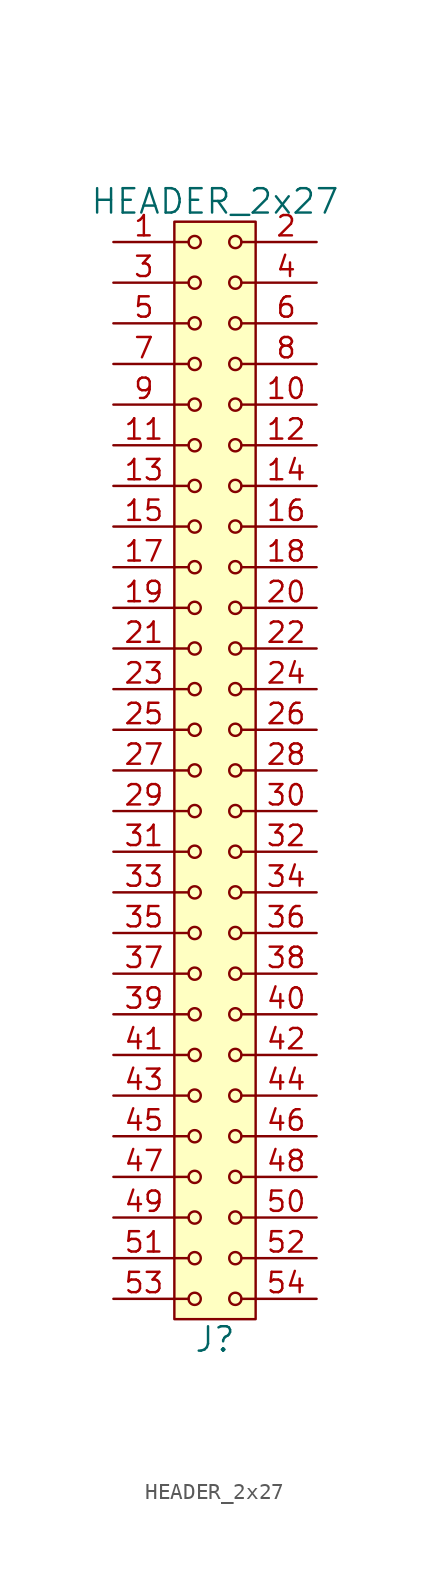
<source format=kicad_sym>
(kicad_symbol_lib
  (version 20211014)
  (generator kicad_symbol_editor)
  (symbol "HEADER_2x27"
    (pin_names
      (offset 1.016))
    (property "Reference" "J"
      (at 0 -35.56 0)
      (effects (font (size 1.524 1.524))))
    (property "Value" "HEADER_2x27"
      (at 0 35.56 0)
      (effects (font (size 1.524 1.524))))
    (property "Footprint" ""
      (at 0 33.02 0)
      (effects (font (size 1.524 1.524))))
    (property "Datasheet" ""
      (at 0 33.02 0)
      (effects (font (size 1.524 1.524))))
    (symbol "HEADER_2x27_0_1"
      (rectangle (start -2.54 34.29) (end 2.54 -34.29) (stroke (width 0) (type default) (color 0 0 0 0)) (fill (type background)))
      (circle (center -1.27 -33.02) (radius 0.381) (stroke (width 0) (type default) (color 0 0 0 0)) (fill (type none)))
      (circle (center -1.27 -30.48) (radius 0.381) (stroke (width 0) (type default) (color 0 0 0 0)) (fill (type none)))
      (circle (center -1.27 -27.94) (radius 0.381) (stroke (width 0) (type default) (color 0 0 0 0)) (fill (type none)))
      (circle (center -1.27 -25.4) (radius 0.381) (stroke (width 0) (type default) (color 0 0 0 0)) (fill (type none)))
      (circle (center -1.27 -22.86) (radius 0.381) (stroke (width 0) (type default) (color 0 0 0 0)) (fill (type none)))
      (circle (center -1.27 -20.32) (radius 0.381) (stroke (width 0) (type default) (color 0 0 0 0)) (fill (type none)))
      (circle (center -1.27 -17.78) (radius 0.381) (stroke (width 0) (type default) (color 0 0 0 0)) (fill (type none)))
      (circle (center -1.27 -15.24) (radius 0.381) (stroke (width 0) (type default) (color 0 0 0 0)) (fill (type none)))
      (circle (center -1.27 -12.7) (radius 0.381) (stroke (width 0) (type default) (color 0 0 0 0)) (fill (type none)))
      (circle (center -1.27 -10.16) (radius 0.381) (stroke (width 0) (type default) (color 0 0 0 0)) (fill (type none)))
      (circle (center -1.27 -7.62) (radius 0.381) (stroke (width 0) (type default) (color 0 0 0 0)) (fill (type none)))
      (circle (center -1.27 -5.08) (radius 0.381) (stroke (width 0) (type default) (color 0 0 0 0)) (fill (type none)))
      (circle (center -1.27 -2.54) (radius 0.381) (stroke (width 0) (type default) (color 0 0 0 0)) (fill (type none)))
      (circle (center -1.27 0) (radius 0.381) (stroke (width 0) (type default) (color 0 0 0 0)) (fill (type none)))
      (circle (center -1.27 2.54) (radius 0.381) (stroke (width 0) (type default) (color 0 0 0 0)) (fill (type none)))
      (circle (center -1.27 5.08) (radius 0.381) (stroke (width 0) (type default) (color 0 0 0 0)) (fill (type none)))
      (circle (center -1.27 7.62) (radius 0.381) (stroke (width 0) (type default) (color 0 0 0 0)) (fill (type none)))
      (circle (center -1.27 10.16) (radius 0.381) (stroke (width 0) (type default) (color 0 0 0 0)) (fill (type none)))
      (circle (center -1.27 12.7) (radius 0.381) (stroke (width 0) (type default) (color 0 0 0 0)) (fill (type none)))
      (circle (center -1.27 15.24) (radius 0.381) (stroke (width 0) (type default) (color 0 0 0 0)) (fill (type none)))
      (circle (center -1.27 17.78) (radius 0.381) (stroke (width 0) (type default) (color 0 0 0 0)) (fill (type none)))
      (circle (center -1.27 20.32) (radius 0.381) (stroke (width 0) (type default) (color 0 0 0 0)) (fill (type none)))
      (circle (center -1.27 22.86) (radius 0.381) (stroke (width 0) (type default) (color 0 0 0 0)) (fill (type none)))
      (circle (center -1.27 25.4) (radius 0.381) (stroke (width 0) (type default) (color 0 0 0 0)) (fill (type none)))
      (circle (center -1.27 27.94) (radius 0.381) (stroke (width 0) (type default) (color 0 0 0 0)) (fill (type none)))
      (circle (center -1.27 30.48) (radius 0.381) (stroke (width 0) (type default) (color 0 0 0 0)) (fill (type none)))
      (circle (center -1.27 33.02) (radius 0.381) (stroke (width 0) (type default) (color 0 0 0 0)) (fill (type none)))
      (polyline (pts (xy -1.651 -33.02) (xy -2.54 -33.02)) (stroke (width 0) (type default) (color 0 0 0 0)) (fill (type none)))
      (polyline (pts (xy -1.651 -30.48) (xy -2.54 -30.48)) (stroke (width 0) (type default) (color 0 0 0 0)) (fill (type none)))
      (polyline (pts (xy -1.651 -27.94) (xy -2.54 -27.94)) (stroke (width 0) (type default) (color 0 0 0 0)) (fill (type none)))
      (polyline (pts (xy -1.651 -25.4) (xy -2.54 -25.4)) (stroke (width 0) (type default) (color 0 0 0 0)) (fill (type none)))
      (polyline (pts (xy -1.651 -22.86) (xy -2.54 -22.86)) (stroke (width 0) (type default) (color 0 0 0 0)) (fill (type none)))
      (polyline (pts (xy -1.651 -20.32) (xy -2.54 -20.32)) (stroke (width 0) (type default) (color 0 0 0 0)) (fill (type none)))
      (polyline (pts (xy -1.651 -17.78) (xy -2.54 -17.78)) (stroke (width 0) (type default) (color 0 0 0 0)) (fill (type none)))
      (polyline (pts (xy -1.651 -15.24) (xy -2.54 -15.24)) (stroke (width 0) (type default) (color 0 0 0 0)) (fill (type none)))
      (polyline (pts (xy -1.651 -12.7) (xy -2.54 -12.7)) (stroke (width 0) (type default) (color 0 0 0 0)) (fill (type none)))
      (polyline (pts (xy -1.651 -10.16) (xy -2.54 -10.16)) (stroke (width 0) (type default) (color 0 0 0 0)) (fill (type none)))
      (polyline (pts (xy -1.651 -7.62) (xy -2.54 -7.62)) (stroke (width 0) (type default) (color 0 0 0 0)) (fill (type none)))
      (polyline (pts (xy -1.651 -5.08) (xy -2.54 -5.08)) (stroke (width 0) (type default) (color 0 0 0 0)) (fill (type none)))
      (polyline (pts (xy -1.651 -2.54) (xy -2.54 -2.54)) (stroke (width 0) (type default) (color 0 0 0 0)) (fill (type none)))
      (polyline (pts (xy -1.651 0) (xy -2.54 0)) (stroke (width 0) (type default) (color 0 0 0 0)) (fill (type none)))
      (polyline (pts (xy -1.651 2.54) (xy -2.54 2.54)) (stroke (width 0) (type default) (color 0 0 0 0)) (fill (type none)))
      (polyline (pts (xy -1.651 5.08) (xy -2.54 5.08)) (stroke (width 0) (type default) (color 0 0 0 0)) (fill (type none)))
      (polyline (pts (xy -1.651 7.62) (xy -2.54 7.62)) (stroke (width 0) (type default) (color 0 0 0 0)) (fill (type none)))
      (polyline (pts (xy -1.651 10.16) (xy -2.54 10.16)) (stroke (width 0) (type default) (color 0 0 0 0)) (fill (type none)))
      (polyline (pts (xy -1.651 12.7) (xy -2.54 12.7)) (stroke (width 0) (type default) (color 0 0 0 0)) (fill (type none)))
      (polyline (pts (xy -1.651 15.24) (xy -2.54 15.24)) (stroke (width 0) (type default) (color 0 0 0 0)) (fill (type none)))
      (polyline (pts (xy -1.651 17.78) (xy -2.54 17.78)) (stroke (width 0) (type default) (color 0 0 0 0)) (fill (type none)))
      (polyline (pts (xy -1.651 20.32) (xy -2.54 20.32)) (stroke (width 0) (type default) (color 0 0 0 0)) (fill (type none)))
      (polyline (pts (xy -1.651 22.86) (xy -2.54 22.86)) (stroke (width 0) (type default) (color 0 0 0 0)) (fill (type none)))
      (polyline (pts (xy -1.651 25.4) (xy -2.54 25.4)) (stroke (width 0) (type default) (color 0 0 0 0)) (fill (type none)))
      (polyline (pts (xy -1.651 27.94) (xy -2.54 27.94)) (stroke (width 0) (type default) (color 0 0 0 0)) (fill (type none)))
      (polyline (pts (xy -1.651 30.48) (xy -2.54 30.48)) (stroke (width 0) (type default) (color 0 0 0 0)) (fill (type none)))
      (polyline (pts (xy -1.651 33.02) (xy -2.54 33.02)) (stroke (width 0) (type default) (color 0 0 0 0)) (fill (type none)))
      (polyline (pts (xy 1.651 -33.02) (xy 2.54 -33.02)) (stroke (width 0) (type default) (color 0 0 0 0)) (fill (type none)))
      (polyline (pts (xy 1.651 -30.48) (xy 2.54 -30.48)) (stroke (width 0) (type default) (color 0 0 0 0)) (fill (type none)))
      (polyline (pts (xy 1.651 -27.94) (xy 2.54 -27.94)) (stroke (width 0) (type default) (color 0 0 0 0)) (fill (type none)))
      (polyline (pts (xy 1.651 -25.4) (xy 2.54 -25.4)) (stroke (width 0) (type default) (color 0 0 0 0)) (fill (type none)))
      (polyline (pts (xy 1.651 -22.86) (xy 2.54 -22.86)) (stroke (width 0) (type default) (color 0 0 0 0)) (fill (type none)))
      (polyline (pts (xy 1.651 -20.32) (xy 2.54 -20.32)) (stroke (width 0) (type default) (color 0 0 0 0)) (fill (type none)))
      (polyline (pts (xy 1.651 -17.78) (xy 2.54 -17.78)) (stroke (width 0) (type default) (color 0 0 0 0)) (fill (type none)))
      (polyline (pts (xy 1.651 -15.24) (xy 2.54 -15.24)) (stroke (width 0) (type default) (color 0 0 0 0)) (fill (type none)))
      (polyline (pts (xy 1.651 -12.7) (xy 2.54 -12.7)) (stroke (width 0) (type default) (color 0 0 0 0)) (fill (type none)))
      (polyline (pts (xy 1.651 -10.16) (xy 2.54 -10.16)) (stroke (width 0) (type default) (color 0 0 0 0)) (fill (type none)))
      (polyline (pts (xy 1.651 -7.62) (xy 2.54 -7.62)) (stroke (width 0) (type default) (color 0 0 0 0)) (fill (type none)))
      (polyline (pts (xy 1.651 -5.08) (xy 2.54 -5.08)) (stroke (width 0) (type default) (color 0 0 0 0)) (fill (type none)))
      (polyline (pts (xy 1.651 -2.54) (xy 2.54 -2.54)) (stroke (width 0) (type default) (color 0 0 0 0)) (fill (type none)))
      (polyline (pts (xy 1.651 0) (xy 2.54 0)) (stroke (width 0) (type default) (color 0 0 0 0)) (fill (type none)))
      (polyline (pts (xy 1.651 2.54) (xy 2.54 2.54)) (stroke (width 0) (type default) (color 0 0 0 0)) (fill (type none)))
      (polyline (pts (xy 1.651 5.08) (xy 2.54 5.08)) (stroke (width 0) (type default) (color 0 0 0 0)) (fill (type none)))
      (polyline (pts (xy 1.651 7.62) (xy 2.54 7.62)) (stroke (width 0) (type default) (color 0 0 0 0)) (fill (type none)))
      (polyline (pts (xy 1.651 10.16) (xy 2.54 10.16)) (stroke (width 0) (type default) (color 0 0 0 0)) (fill (type none)))
      (polyline (pts (xy 1.651 12.7) (xy 2.54 12.7)) (stroke (width 0) (type default) (color 0 0 0 0)) (fill (type none)))
      (polyline (pts (xy 1.651 15.24) (xy 2.54 15.24)) (stroke (width 0) (type default) (color 0 0 0 0)) (fill (type none)))
      (polyline (pts (xy 1.651 17.78) (xy 2.54 17.78)) (stroke (width 0) (type default) (color 0 0 0 0)) (fill (type none)))
      (polyline (pts (xy 1.651 20.32) (xy 2.54 20.32)) (stroke (width 0) (type default) (color 0 0 0 0)) (fill (type none)))
      (polyline (pts (xy 1.651 22.86) (xy 2.54 22.86)) (stroke (width 0) (type default) (color 0 0 0 0)) (fill (type none)))
      (polyline (pts (xy 1.651 25.4) (xy 2.54 25.4)) (stroke (width 0) (type default) (color 0 0 0 0)) (fill (type none)))
      (polyline (pts (xy 1.651 27.94) (xy 2.54 27.94)) (stroke (width 0) (type default) (color 0 0 0 0)) (fill (type none)))
      (polyline (pts (xy 1.651 30.48) (xy 2.54 30.48)) (stroke (width 0) (type default) (color 0 0 0 0)) (fill (type none)))
      (polyline (pts (xy 1.651 33.02) (xy 2.54 33.02)) (stroke (width 0) (type default) (color 0 0 0 0)) (fill (type none)))
      (circle (center 1.27 -33.02) (radius 0.381) (stroke (width 0) (type default) (color 0 0 0 0)) (fill (type none)))
      (circle (center 1.27 -30.48) (radius 0.381) (stroke (width 0) (type default) (color 0 0 0 0)) (fill (type none)))
      (circle (center 1.27 -27.94) (radius 0.381) (stroke (width 0) (type default) (color 0 0 0 0)) (fill (type none)))
      (circle (center 1.27 -25.4) (radius 0.381) (stroke (width 0) (type default) (color 0 0 0 0)) (fill (type none)))
      (circle (center 1.27 -22.86) (radius 0.381) (stroke (width 0) (type default) (color 0 0 0 0)) (fill (type none)))
      (circle (center 1.27 -20.32) (radius 0.381) (stroke (width 0) (type default) (color 0 0 0 0)) (fill (type none)))
      (circle (center 1.27 -17.78) (radius 0.381) (stroke (width 0) (type default) (color 0 0 0 0)) (fill (type none)))
      (circle (center 1.27 -15.24) (radius 0.381) (stroke (width 0) (type default) (color 0 0 0 0)) (fill (type none)))
      (circle (center 1.27 -12.7) (radius 0.381) (stroke (width 0) (type default) (color 0 0 0 0)) (fill (type none)))
      (circle (center 1.27 -10.16) (radius 0.381) (stroke (width 0) (type default) (color 0 0 0 0)) (fill (type none)))
      (circle (center 1.27 -7.62) (radius 0.381) (stroke (width 0) (type default) (color 0 0 0 0)) (fill (type none)))
      (circle (center 1.27 -5.08) (radius 0.381) (stroke (width 0) (type default) (color 0 0 0 0)) (fill (type none)))
      (circle (center 1.27 -2.54) (radius 0.381) (stroke (width 0) (type default) (color 0 0 0 0)) (fill (type none)))
      (circle (center 1.27 0) (radius 0.381) (stroke (width 0) (type default) (color 0 0 0 0)) (fill (type none)))
      (circle (center 1.27 2.54) (radius 0.381) (stroke (width 0) (type default) (color 0 0 0 0)) (fill (type none)))
      (circle (center 1.27 5.08) (radius 0.381) (stroke (width 0) (type default) (color 0 0 0 0)) (fill (type none)))
      (circle (center 1.27 7.62) (radius 0.381) (stroke (width 0) (type default) (color 0 0 0 0)) (fill (type none)))
      (circle (center 1.27 10.16) (radius 0.381) (stroke (width 0) (type default) (color 0 0 0 0)) (fill (type none)))
      (circle (center 1.27 12.7) (radius 0.381) (stroke (width 0) (type default) (color 0 0 0 0)) (fill (type none)))
      (circle (center 1.27 15.24) (radius 0.381) (stroke (width 0) (type default) (color 0 0 0 0)) (fill (type none)))
      (circle (center 1.27 17.78) (radius 0.381) (stroke (width 0) (type default) (color 0 0 0 0)) (fill (type none)))
      (circle (center 1.27 20.32) (radius 0.381) (stroke (width 0) (type default) (color 0 0 0 0)) (fill (type none)))
      (circle (center 1.27 22.86) (radius 0.381) (stroke (width 0) (type default) (color 0 0 0 0)) (fill (type none)))
      (circle (center 1.27 25.4) (radius 0.381) (stroke (width 0) (type default) (color 0 0 0 0)) (fill (type none)))
      (circle (center 1.27 27.94) (radius 0.381) (stroke (width 0) (type default) (color 0 0 0 0)) (fill (type none)))
      (circle (center 1.27 30.48) (radius 0.381) (stroke (width 0) (type default) (color 0 0 0 0)) (fill (type none)))
      (circle (center 1.27 33.02) (radius 0.381) (stroke (width 0) (type default) (color 0 0 0 0)) (fill (type none))))
    (symbol "HEADER_2x27_1_1"
      (pin input line (at -6.35 33.02 0) (length 3.81) (name "~" (effects (font (size 1.27 1.27)))) (number "1" (effects (font (size 1.27 1.27)))))
      (pin input line (at 6.35 22.86 180) (length 3.81) (name "~" (effects (font (size 1.27 1.27)))) (number "10" (effects (font (size 1.27 1.27)))))
      (pin input line (at -6.35 20.32 0) (length 3.81) (name "~" (effects (font (size 1.27 1.27)))) (number "11" (effects (font (size 1.27 1.27)))))
      (pin input line (at 6.35 20.32 180) (length 3.81) (name "~" (effects (font (size 1.27 1.27)))) (number "12" (effects (font (size 1.27 1.27)))))
      (pin input line (at -6.35 17.78 0) (length 3.81) (name "~" (effects (font (size 1.27 1.27)))) (number "13" (effects (font (size 1.27 1.27)))))
      (pin input line (at 6.35 17.78 180) (length 3.81) (name "~" (effects (font (size 1.27 1.27)))) (number "14" (effects (font (size 1.27 1.27)))))
      (pin input line (at -6.35 15.24 0) (length 3.81) (name "~" (effects (font (size 1.27 1.27)))) (number "15" (effects (font (size 1.27 1.27)))))
      (pin input line (at 6.35 15.24 180) (length 3.81) (name "~" (effects (font (size 1.27 1.27)))) (number "16" (effects (font (size 1.27 1.27)))))
      (pin input line (at -6.35 12.7 0) (length 3.81) (name "~" (effects (font (size 1.27 1.27)))) (number "17" (effects (font (size 1.27 1.27)))))
      (pin input line (at 6.35 12.7 180) (length 3.81) (name "~" (effects (font (size 1.27 1.27)))) (number "18" (effects (font (size 1.27 1.27)))))
      (pin input line (at -6.35 10.16 0) (length 3.81) (name "~" (effects (font (size 1.27 1.27)))) (number "19" (effects (font (size 1.27 1.27)))))
      (pin input line (at 6.35 33.02 180) (length 3.81) (name "~" (effects (font (size 1.27 1.27)))) (number "2" (effects (font (size 1.27 1.27)))))
      (pin input line (at 6.35 10.16 180) (length 3.81) (name "~" (effects (font (size 1.27 1.27)))) (number "20" (effects (font (size 1.27 1.27)))))
      (pin input line (at -6.35 7.62 0) (length 3.81) (name "~" (effects (font (size 1.27 1.27)))) (number "21" (effects (font (size 1.27 1.27)))))
      (pin input line (at 6.35 7.62 180) (length 3.81) (name "~" (effects (font (size 1.27 1.27)))) (number "22" (effects (font (size 1.27 1.27)))))
      (pin input line (at -6.35 5.08 0) (length 3.81) (name "~" (effects (font (size 1.27 1.27)))) (number "23" (effects (font (size 1.27 1.27)))))
      (pin input line (at 6.35 5.08 180) (length 3.81) (name "~" (effects (font (size 1.27 1.27)))) (number "24" (effects (font (size 1.27 1.27)))))
      (pin input line (at -6.35 2.54 0) (length 3.81) (name "~" (effects (font (size 1.27 1.27)))) (number "25" (effects (font (size 1.27 1.27)))))
      (pin input line (at 6.35 2.54 180) (length 3.81) (name "~" (effects (font (size 1.27 1.27)))) (number "26" (effects (font (size 1.27 1.27)))))
      (pin input line (at -6.35 0 0) (length 3.81) (name "~" (effects (font (size 1.27 1.27)))) (number "27" (effects (font (size 1.27 1.27)))))
      (pin input line (at 6.35 0 180) (length 3.81) (name "~" (effects (font (size 1.27 1.27)))) (number "28" (effects (font (size 1.27 1.27)))))
      (pin input line (at -6.35 -2.54 0) (length 3.81) (name "~" (effects (font (size 1.27 1.27)))) (number "29" (effects (font (size 1.27 1.27)))))
      (pin input line (at -6.35 30.48 0) (length 3.81) (name "~" (effects (font (size 1.27 1.27)))) (number "3" (effects (font (size 1.27 1.27)))))
      (pin input line (at 6.35 -2.54 180) (length 3.81) (name "~" (effects (font (size 1.27 1.27)))) (number "30" (effects (font (size 1.27 1.27)))))
      (pin input line (at -6.35 -5.08 0) (length 3.81) (name "~" (effects (font (size 1.27 1.27)))) (number "31" (effects (font (size 1.27 1.27)))))
      (pin input line (at 6.35 -5.08 180) (length 3.81) (name "~" (effects (font (size 1.27 1.27)))) (number "32" (effects (font (size 1.27 1.27)))))
      (pin input line (at -6.35 -7.62 0) (length 3.81) (name "~" (effects (font (size 1.27 1.27)))) (number "33" (effects (font (size 1.27 1.27)))))
      (pin input line (at 6.35 -7.62 180) (length 3.81) (name "~" (effects (font (size 1.27 1.27)))) (number "34" (effects (font (size 1.27 1.27)))))
      (pin input line (at -6.35 -10.16 0) (length 3.81) (name "~" (effects (font (size 1.27 1.27)))) (number "35" (effects (font (size 1.27 1.27)))))
      (pin input line (at 6.35 -10.16 180) (length 3.81) (name "~" (effects (font (size 1.27 1.27)))) (number "36" (effects (font (size 1.27 1.27)))))
      (pin input line (at -6.35 -12.7 0) (length 3.81) (name "~" (effects (font (size 1.27 1.27)))) (number "37" (effects (font (size 1.27 1.27)))))
      (pin input line (at 6.35 -12.7 180) (length 3.81) (name "~" (effects (font (size 1.27 1.27)))) (number "38" (effects (font (size 1.27 1.27)))))
      (pin input line (at -6.35 -15.24 0) (length 3.81) (name "~" (effects (font (size 1.27 1.27)))) (number "39" (effects (font (size 1.27 1.27)))))
      (pin input line (at 6.35 30.48 180) (length 3.81) (name "~" (effects (font (size 1.27 1.27)))) (number "4" (effects (font (size 1.27 1.27)))))
      (pin input line (at 6.35 -15.24 180) (length 3.81) (name "~" (effects (font (size 1.27 1.27)))) (number "40" (effects (font (size 1.27 1.27)))))
      (pin input line (at -6.35 -17.78 0) (length 3.81) (name "~" (effects (font (size 1.27 1.27)))) (number "41" (effects (font (size 1.27 1.27)))))
      (pin input line (at 6.35 -17.78 180) (length 3.81) (name "~" (effects (font (size 1.27 1.27)))) (number "42" (effects (font (size 1.27 1.27)))))
      (pin input line (at -6.35 -20.32 0) (length 3.81) (name "~" (effects (font (size 1.27 1.27)))) (number "43" (effects (font (size 1.27 1.27)))))
      (pin input line (at 6.35 -20.32 180) (length 3.81) (name "~" (effects (font (size 1.27 1.27)))) (number "44" (effects (font (size 1.27 1.27)))))
      (pin input line (at -6.35 -22.86 0) (length 3.81) (name "~" (effects (font (size 1.27 1.27)))) (number "45" (effects (font (size 1.27 1.27)))))
      (pin input line (at 6.35 -22.86 180) (length 3.81) (name "~" (effects (font (size 1.27 1.27)))) (number "46" (effects (font (size 1.27 1.27)))))
      (pin input line (at -6.35 -25.4 0) (length 3.81) (name "~" (effects (font (size 1.27 1.27)))) (number "47" (effects (font (size 1.27 1.27)))))
      (pin input line (at 6.35 -25.4 180) (length 3.81) (name "~" (effects (font (size 1.27 1.27)))) (number "48" (effects (font (size 1.27 1.27)))))
      (pin input line (at -6.35 -27.94 0) (length 3.81) (name "~" (effects (font (size 1.27 1.27)))) (number "49" (effects (font (size 1.27 1.27)))))
      (pin input line (at -6.35 27.94 0) (length 3.81) (name "~" (effects (font (size 1.27 1.27)))) (number "5" (effects (font (size 1.27 1.27)))))
      (pin input line (at 6.35 -27.94 180) (length 3.81) (name "~" (effects (font (size 1.27 1.27)))) (number "50" (effects (font (size 1.27 1.27)))))
      (pin input line (at -6.35 -30.48 0) (length 3.81) (name "~" (effects (font (size 1.27 1.27)))) (number "51" (effects (font (size 1.27 1.27)))))
      (pin input line (at 6.35 -30.48 180) (length 3.81) (name "~" (effects (font (size 1.27 1.27)))) (number "52" (effects (font (size 1.27 1.27)))))
      (pin input line (at -6.35 -33.02 0) (length 3.81) (name "~" (effects (font (size 1.27 1.27)))) (number "53" (effects (font (size 1.27 1.27)))))
      (pin input line (at 6.35 -33.02 180) (length 3.81) (name "~" (effects (font (size 1.27 1.27)))) (number "54" (effects (font (size 1.27 1.27)))))
      (pin input line (at 6.35 27.94 180) (length 3.81) (name "~" (effects (font (size 1.27 1.27)))) (number "6" (effects (font (size 1.27 1.27)))))
      (pin input line (at -6.35 25.4 0) (length 3.81) (name "~" (effects (font (size 1.27 1.27)))) (number "7" (effects (font (size 1.27 1.27)))))
      (pin input line (at 6.35 25.4 180) (length 3.81) (name "~" (effects (font (size 1.27 1.27)))) (number "8" (effects (font (size 1.27 1.27)))))
      (pin input line (at -6.35 22.86 0) (length 3.81) (name "~" (effects (font (size 1.27 1.27)))) (number "9" (effects (font (size 1.27 1.27))))))))
</source>
